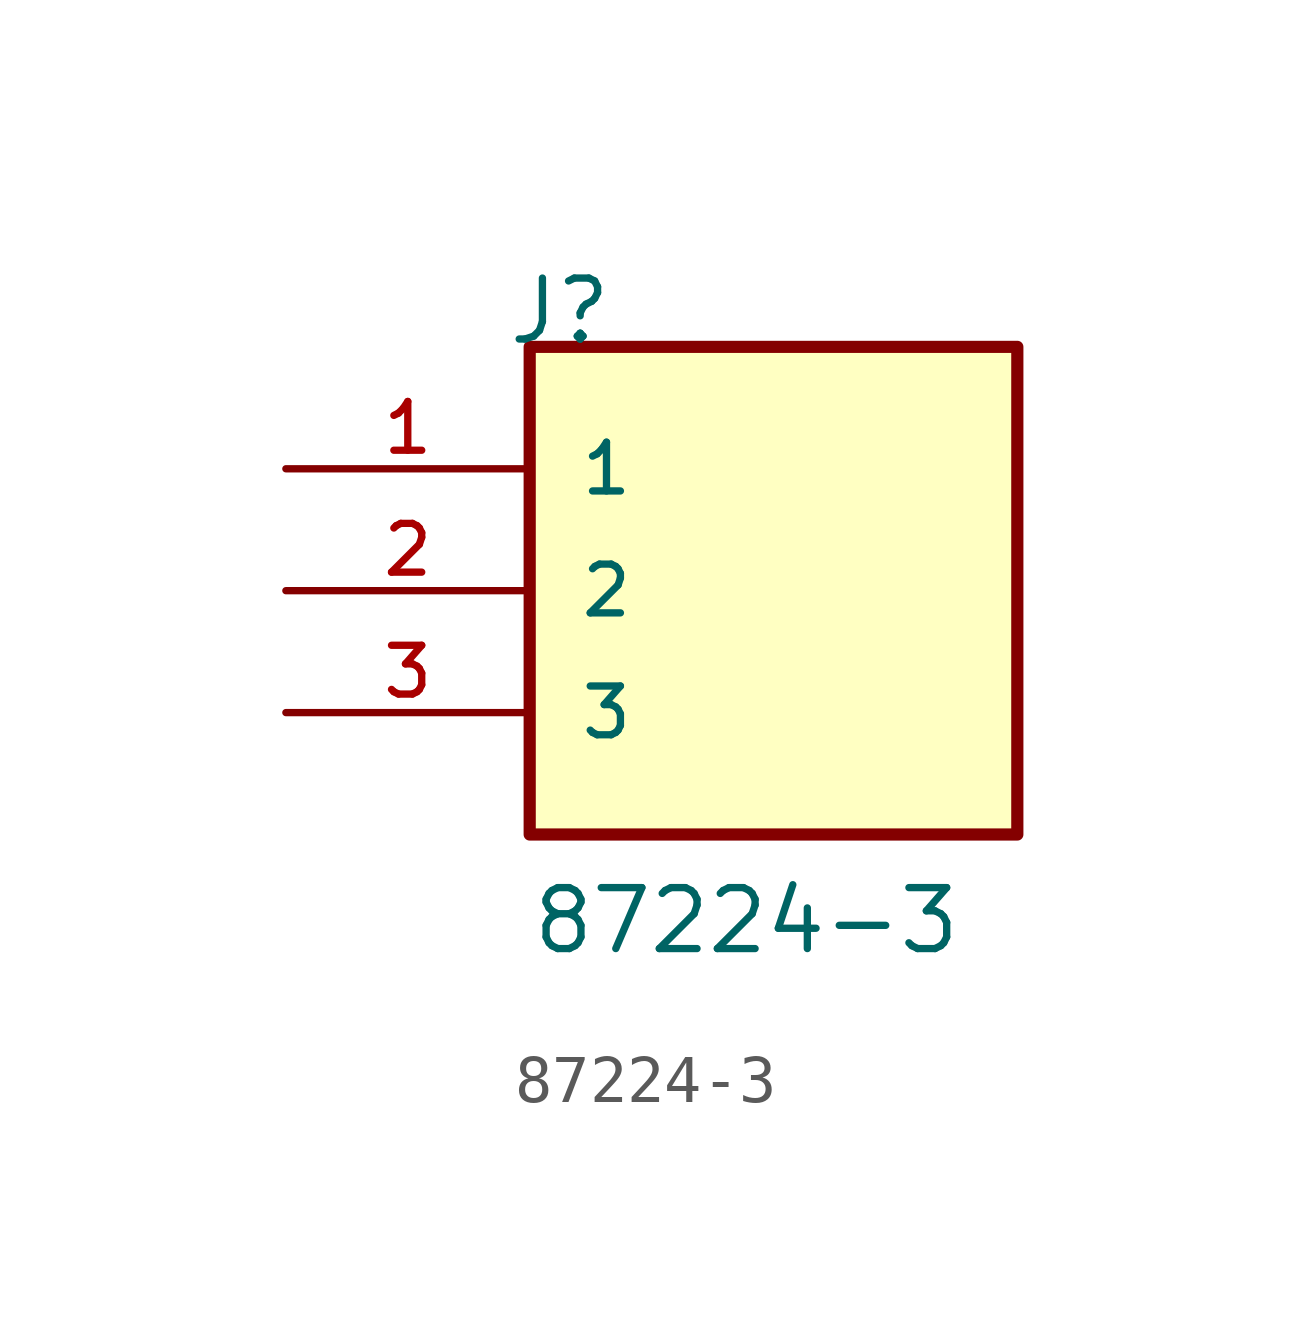
<source format=kicad_sym>
(kicad_symbol_lib
  (version 20211014)
  (generator kicad_symbol_editor)
  (symbol "87224-3"
    (pin_names
      (offset 1.016))
    (property "Reference" "J"
      (at -5.58 5.08 0)
      (effects (font (size 1.27 1.27)) (justify bottom left)))
    (property "Value" "87224-3"
      (at -5.08 -7.62 0)
      (effects (font (size 1.27 1.27)) (justify bottom left)))
    (symbol "87224-3_0_0"
      (rectangle (start -5.08 -5.08) (end 5.08 5.08) (stroke (width 0.254)) (fill (type background)))
      (pin passive line (at -10.16 2.54 0) (length 5.08) (name "1" (effects (font (size 1.016 1.016)))) (number "1" (effects (font (size 1.016 1.016)))))
      (pin passive line (at -10.16 0.0 0) (length 5.08) (name "2" (effects (font (size 1.016 1.016)))) (number "2" (effects (font (size 1.016 1.016)))))
      (pin passive line (at -10.16 -2.54 0) (length 5.08) (name "3" (effects (font (size 1.016 1.016)))) (number "3" (effects (font (size 1.016 1.016))))))))
</source>
